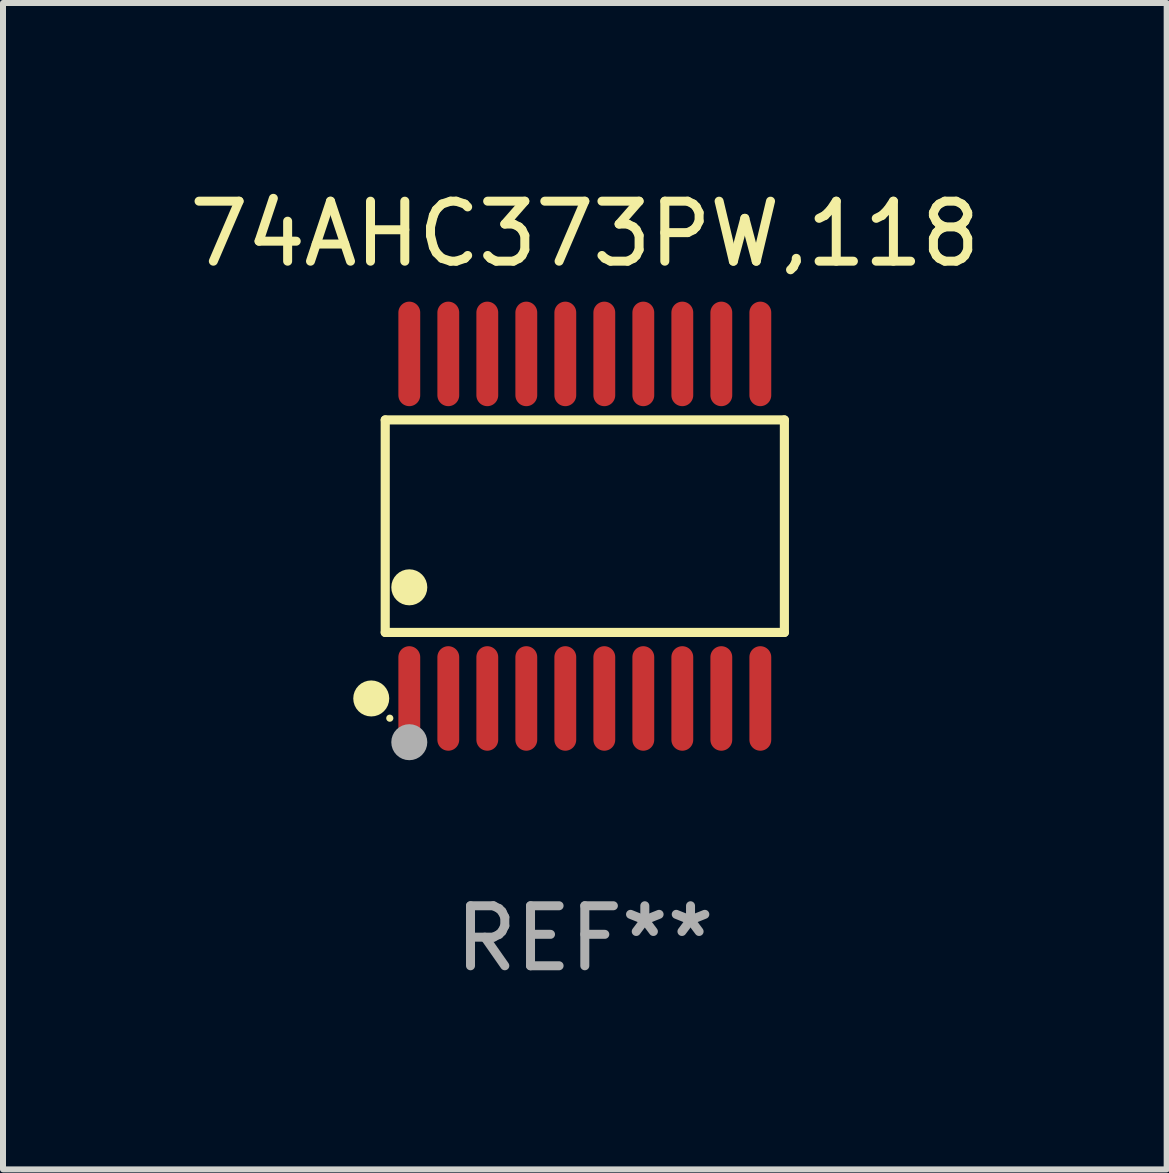
<source format=kicad_pcb>
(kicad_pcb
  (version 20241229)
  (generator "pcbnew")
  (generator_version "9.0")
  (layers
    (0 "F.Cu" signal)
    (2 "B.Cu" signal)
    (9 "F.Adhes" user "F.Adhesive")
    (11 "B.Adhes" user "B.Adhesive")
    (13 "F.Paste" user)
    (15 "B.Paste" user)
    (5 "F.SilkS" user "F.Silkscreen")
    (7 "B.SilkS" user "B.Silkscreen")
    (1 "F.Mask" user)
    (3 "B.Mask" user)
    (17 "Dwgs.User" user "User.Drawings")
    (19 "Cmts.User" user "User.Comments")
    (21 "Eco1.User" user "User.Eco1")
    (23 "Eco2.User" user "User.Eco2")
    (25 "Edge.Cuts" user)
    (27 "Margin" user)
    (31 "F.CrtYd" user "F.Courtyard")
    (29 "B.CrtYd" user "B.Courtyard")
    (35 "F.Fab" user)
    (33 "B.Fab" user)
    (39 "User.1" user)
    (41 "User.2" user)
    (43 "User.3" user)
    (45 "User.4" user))
  (footprint "74AHC373PW,118"
    (layer "F.Cu")
    (at 6.696 5.719)
    (property "Reference" "74AHC373PW,118" (at 0 -4.871 0) (layer "F.SilkS") (effects (font (size 1 1) (thickness 0.15))))
    (attr through_hole)
    (fp_line (start -3.326 -1.771) (end 3.326 -1.771) (stroke (width 0.152) (type solid)) (layer "F.SilkS"))
    (fp_line (start -3.326 1.771) (end -3.326 -1.771) (stroke (width 0.152) (type solid)) (layer "F.SilkS"))
    (fp_line (start 3.326 -1.771) (end 3.326 1.771) (stroke (width 0.152) (type solid)) (layer "F.SilkS"))
    (fp_line (start 3.326 1.771) (end -3.326 1.771) (stroke (width 0.152) (type solid)) (layer "F.SilkS"))
    (fp_circle (center -3.559 2.871) (end -3.409 2.871) (stroke (width 0.3) (type solid)) (fill no) (layer "F.SilkS"))
    (fp_circle (center -3.25 3.2) (end -3.22 3.2) (stroke (width 0.06) (type solid)) (fill no) (layer "F.SilkS"))
    (fp_circle (center -2.925 1.019) (end -2.775 1.019) (stroke (width 0.3) (type solid)) (fill no) (layer "F.SilkS"))
    (fp_circle (center -2.925 3.6) (end -2.775 3.6) (stroke (width 0.3) (type solid)) (fill no) (layer "F.Fab"))
    (fp_text user "REF**" (at 0 6.871 0) (layer "F.Fab") (effects (font (size 1 1) (thickness 0.15))))
    (pad "1" smd oval (at -2.925 2.871) (size 0.364 1.742) (layers "F.Cu" "F.Mask" "F.Paste"))
    (pad "2" smd oval (at -2.275 2.871) (size 0.364 1.742) (layers "F.Cu" "F.Mask" "F.Paste"))
    (pad "3" smd oval (at -1.625 2.871) (size 0.364 1.742) (layers "F.Cu" "F.Mask" "F.Paste"))
    (pad "4" smd oval (at -0.975 2.871) (size 0.364 1.742) (layers "F.Cu" "F.Mask" "F.Paste"))
    (pad "5" smd oval (at -0.325 2.871) (size 0.364 1.742) (layers "F.Cu" "F.Mask" "F.Paste"))
    (pad "6" smd oval (at 0.325 2.871) (size 0.364 1.742) (layers "F.Cu" "F.Mask" "F.Paste"))
    (pad "7" smd oval (at 0.975 2.871) (size 0.364 1.742) (layers "F.Cu" "F.Mask" "F.Paste"))
    (pad "8" smd oval (at 1.625 2.871) (size 0.364 1.742) (layers "F.Cu" "F.Mask" "F.Paste"))
    (pad "9" smd oval (at 2.275 2.871) (size 0.364 1.742) (layers "F.Cu" "F.Mask" "F.Paste"))
    (pad "10" smd oval (at 2.925 2.871) (size 0.364 1.742) (layers "F.Cu" "F.Mask" "F.Paste"))
    (pad "11" smd oval (at 2.925 -2.871) (size 0.364 1.742) (layers "F.Cu" "F.Mask" "F.Paste"))
    (pad "12" smd oval (at 2.275 -2.871) (size 0.364 1.742) (layers "F.Cu" "F.Mask" "F.Paste"))
    (pad "13" smd oval (at 1.625 -2.871) (size 0.364 1.742) (layers "F.Cu" "F.Mask" "F.Paste"))
    (pad "14" smd oval (at 0.975 -2.871) (size 0.364 1.742) (layers "F.Cu" "F.Mask" "F.Paste"))
    (pad "15" smd oval (at 0.325 -2.871) (size 0.364 1.742) (layers "F.Cu" "F.Mask" "F.Paste"))
    (pad "16" smd oval (at -0.325 -2.871) (size 0.364 1.742) (layers "F.Cu" "F.Mask" "F.Paste"))
    (pad "17" smd oval (at -0.975 -2.871) (size 0.364 1.742) (layers "F.Cu" "F.Mask" "F.Paste"))
    (pad "18" smd oval (at -1.625 -2.871) (size 0.364 1.742) (layers "F.Cu" "F.Mask" "F.Paste"))
    (pad "19" smd oval (at -2.275 -2.871) (size 0.364 1.742) (layers "F.Cu" "F.Mask" "F.Paste"))
    (pad "20" smd oval (at -2.925 -2.871) (size 0.364 1.742) (layers "F.Cu" "F.Mask" "F.Paste")))
  (gr_rect
    (start -3 -3)
    (end 16.393 16.438)
    (stroke (width 0.1) (type default))
    (fill no)
    (layer "Edge.Cuts")))
</source>
